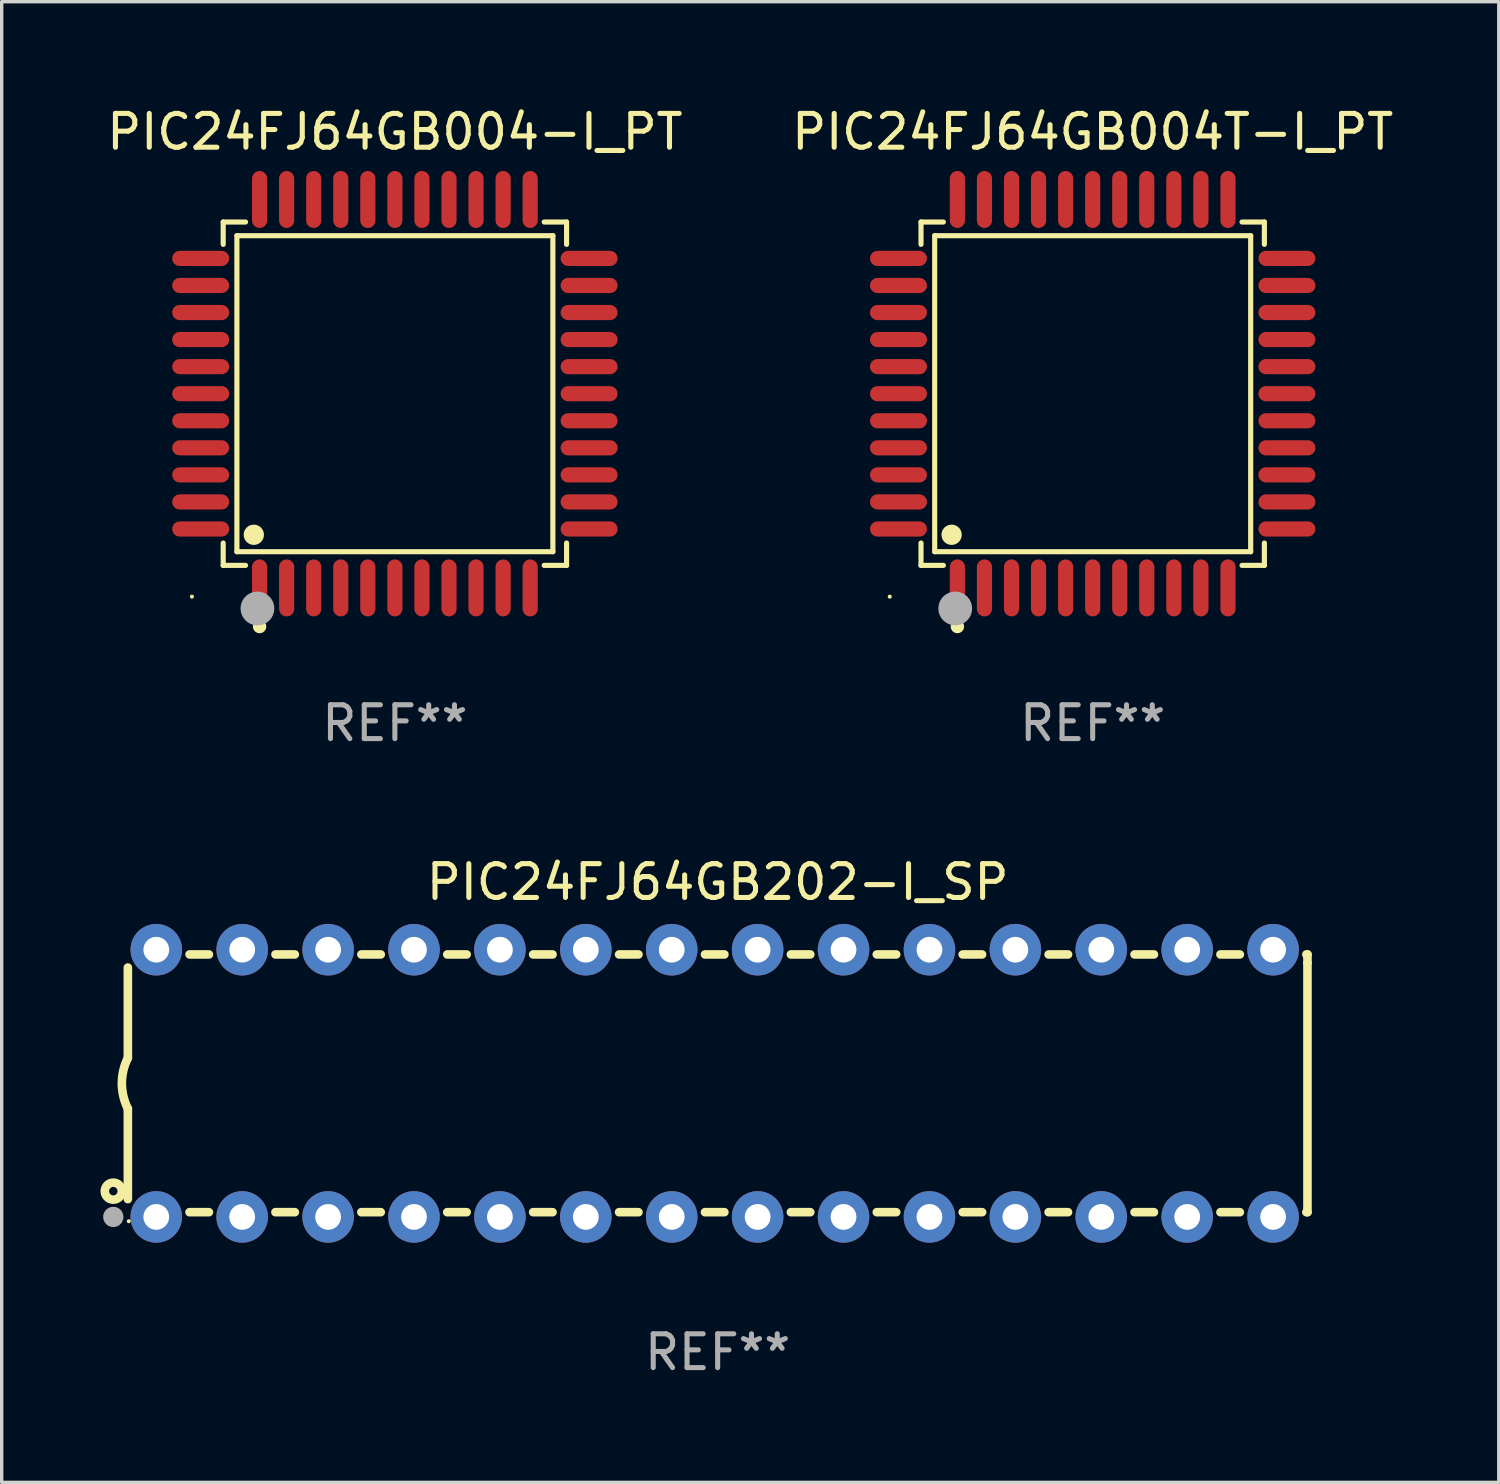
<source format=kicad_pcb>
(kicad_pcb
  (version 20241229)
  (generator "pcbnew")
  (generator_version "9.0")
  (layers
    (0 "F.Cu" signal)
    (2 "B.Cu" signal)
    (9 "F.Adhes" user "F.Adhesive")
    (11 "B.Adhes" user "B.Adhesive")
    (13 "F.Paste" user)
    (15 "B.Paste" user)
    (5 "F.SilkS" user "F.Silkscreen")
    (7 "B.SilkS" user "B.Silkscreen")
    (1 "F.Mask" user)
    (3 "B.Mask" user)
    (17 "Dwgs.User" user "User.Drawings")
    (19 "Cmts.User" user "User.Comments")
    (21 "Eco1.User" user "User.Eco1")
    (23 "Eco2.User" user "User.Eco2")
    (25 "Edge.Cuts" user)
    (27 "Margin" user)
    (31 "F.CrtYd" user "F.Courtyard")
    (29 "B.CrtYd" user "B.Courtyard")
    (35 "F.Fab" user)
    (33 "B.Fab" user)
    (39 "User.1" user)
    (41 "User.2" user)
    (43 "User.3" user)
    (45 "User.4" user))
  (footprint "PIC24FJ64GB202-I_SP"
    (layer "F.Cu")
    (at 18.168 28.979)
    (property "Reference" "PIC24FJ64GB202-I_SP" (at 0 -5.95 0) (layer "F.SilkS") (effects (font (size 1 1) (thickness 0.15))))
    (attr through_hole)
    (fp_line (start -17.438 0.75) (end -17.438 3.423) (stroke (width 0.254) (type solid)) (layer "F.SilkS"))
    (fp_line (start -17.438 -3.423) (end -17.438 -0.75) (stroke (width 0.254) (type solid)) (layer "F.SilkS"))
    (fp_line (start -15.615 3.81) (end -15.041 3.81) (stroke (width 0.254) (type solid)) (layer "F.SilkS"))
    (fp_line (start -15.041 -3.81) (end -15.614 -3.81) (stroke (width 0.254) (type solid)) (layer "F.SilkS"))
    (fp_line (start -13.075 3.81) (end -12.501 3.81) (stroke (width 0.254) (type solid)) (layer "F.SilkS"))
    (fp_line (start -12.501 -3.81) (end -13.074 -3.81) (stroke (width 0.254) (type solid)) (layer "F.SilkS"))
    (fp_line (start -10.535 3.81) (end -9.961 3.81) (stroke (width 0.254) (type solid)) (layer "F.SilkS"))
    (fp_line (start -9.961 -3.81) (end -10.534 -3.81) (stroke (width 0.254) (type solid)) (layer "F.SilkS"))
    (fp_line (start -7.995 3.81) (end -7.421 3.81) (stroke (width 0.254) (type solid)) (layer "F.SilkS"))
    (fp_line (start -7.421 -3.81) (end -7.995 -3.81) (stroke (width 0.254) (type solid)) (layer "F.SilkS"))
    (fp_line (start -5.455 3.81) (end -4.881 3.81) (stroke (width 0.254) (type solid)) (layer "F.SilkS"))
    (fp_line (start -4.881 -3.81) (end -5.455 -3.81) (stroke (width 0.254) (type solid)) (layer "F.SilkS"))
    (fp_line (start -2.915 3.81) (end -2.341 3.81) (stroke (width 0.254) (type solid)) (layer "F.SilkS"))
    (fp_line (start -2.341 -3.81) (end -2.915 -3.81) (stroke (width 0.254) (type solid)) (layer "F.SilkS"))
    (fp_line (start -0.375 3.81) (end 0.199 3.81) (stroke (width 0.254) (type solid)) (layer "F.SilkS"))
    (fp_line (start 0.199 -3.81) (end -0.375 -3.81) (stroke (width 0.254) (type solid)) (layer "F.SilkS"))
    (fp_line (start 2.165 3.81) (end 2.739 3.81) (stroke (width 0.254) (type solid)) (layer "F.SilkS"))
    (fp_line (start 2.739 -3.81) (end 2.165 -3.81) (stroke (width 0.254) (type solid)) (layer "F.SilkS"))
    (fp_line (start 4.705 3.81) (end 5.279 3.81) (stroke (width 0.254) (type solid)) (layer "F.SilkS"))
    (fp_line (start 5.279 -3.81) (end 4.705 -3.81) (stroke (width 0.254) (type solid)) (layer "F.SilkS"))
    (fp_line (start 7.245 3.81) (end 7.819 3.81) (stroke (width 0.254) (type solid)) (layer "F.SilkS"))
    (fp_line (start 7.819 -3.81) (end 7.245 -3.81) (stroke (width 0.254) (type solid)) (layer "F.SilkS"))
    (fp_line (start 9.785 3.81) (end 10.359 3.81) (stroke (width 0.254) (type solid)) (layer "F.SilkS"))
    (fp_line (start 10.359 -3.81) (end 9.785 -3.81) (stroke (width 0.254) (type solid)) (layer "F.SilkS"))
    (fp_line (start 12.325 3.81) (end 12.899 3.81) (stroke (width 0.254) (type solid)) (layer "F.SilkS"))
    (fp_line (start 12.899 -3.81) (end 12.325 -3.81) (stroke (width 0.254) (type solid)) (layer "F.SilkS"))
    (fp_line (start 14.865 3.81) (end 15.439 3.81) (stroke (width 0.254) (type solid)) (layer "F.SilkS"))
    (fp_line (start 15.439 -3.81) (end 14.865 -3.81) (stroke (width 0.254) (type solid)) (layer "F.SilkS"))
    (fp_line (start 17.405 3.81) (end 17.438 3.81) (stroke (width 0.254) (type solid)) (layer "F.SilkS"))
    (fp_line (start 17.438 -3.81) (end 17.405 -3.81) (stroke (width 0.254) (type solid)) (layer "F.SilkS"))
    (fp_line (start 17.438 -3.556) (end 17.438 -3.81) (stroke (width 0.254) (type solid)) (layer "F.SilkS"))
    (fp_line (start 17.438 3.81) (end 17.438 -3.556) (stroke (width 0.254) (type solid)) (layer "F.SilkS"))
    (fp_arc (start -17.437986 0.749657) (mid -17.614887 -0.000024) (end -17.437783 -0.749657) (stroke (width 0.254001) (type solid)) (layer "F.SilkS"))
    (fp_circle (center -17.868 3.188) (end -17.743 3.188) (stroke (width 0.254) (type solid)) (fill no) (layer "F.SilkS"))
    (fp_circle (center -17.411 4.077) (end -17.381 4.077) (stroke (width 0.06) (type solid)) (fill no) (layer "F.SilkS"))
    (fp_circle (center -17.868 3.95) (end -17.718 3.95) (stroke (width 0.3) (type solid)) (fill no) (layer "F.Fab"))
    (fp_text user "REF**" (at 0 7.95 0) (layer "F.Fab") (effects (font (size 1 1) (thickness 0.15))))
    (pad "1" thru_hole circle (at -16.598 3.95) (size 1.524 1.524) (drill 0.762) (layers "*.Cu" "*.Mask"))
    (pad "2" thru_hole circle (at -14.058 3.95) (size 1.524 1.524) (drill 0.762) (layers "*.Cu" "*.Mask"))
    (pad "3" thru_hole circle (at -11.518 3.95) (size 1.524 1.524) (drill 0.762) (layers "*.Cu" "*.Mask"))
    (pad "4" thru_hole circle (at -8.978 3.95) (size 1.524 1.524) (drill 0.762) (layers "*.Cu" "*.Mask"))
    (pad "5" thru_hole circle (at -6.438 3.95) (size 1.524 1.524) (drill 0.762) (layers "*.Cu" "*.Mask"))
    (pad "6" thru_hole circle (at -3.898 3.95) (size 1.524 1.524) (drill 0.762) (layers "*.Cu" "*.Mask"))
    (pad "7" thru_hole circle (at -1.358 3.95) (size 1.524 1.524) (drill 0.762) (layers "*.Cu" "*.Mask"))
    (pad "8" thru_hole circle (at 1.182 3.95) (size 1.524 1.524) (drill 0.762) (layers "*.Cu" "*.Mask"))
    (pad "9" thru_hole circle (at 3.722 3.95) (size 1.524 1.524) (drill 0.762) (layers "*.Cu" "*.Mask"))
    (pad "10" thru_hole circle (at 6.262 3.95) (size 1.524 1.524) (drill 0.762) (layers "*.Cu" "*.Mask"))
    (pad "11" thru_hole circle (at 8.802 3.95) (size 1.524 1.524) (drill 0.762) (layers "*.Cu" "*.Mask"))
    (pad "12" thru_hole circle (at 11.342 3.95) (size 1.524 1.524) (drill 0.762) (layers "*.Cu" "*.Mask"))
    (pad "13" thru_hole circle (at 13.882 3.95) (size 1.524 1.524) (drill 0.762) (layers "*.Cu" "*.Mask"))
    (pad "14" thru_hole circle (at 16.422 3.95) (size 1.524 1.524) (drill 0.762) (layers "*.Cu" "*.Mask"))
    (pad "15" thru_hole circle (at 16.422 -3.95) (size 1.524 1.524) (drill 0.762) (layers "*.Cu" "*.Mask"))
    (pad "16" thru_hole circle (at 13.882 -3.95) (size 1.524 1.524) (drill 0.762) (layers "*.Cu" "*.Mask"))
    (pad "17" thru_hole circle (at 11.342 -3.95) (size 1.524 1.524) (drill 0.762) (layers "*.Cu" "*.Mask"))
    (pad "18" thru_hole circle (at 8.802 -3.95) (size 1.524 1.524) (drill 0.762) (layers "*.Cu" "*.Mask"))
    (pad "19" thru_hole circle (at 6.262 -3.95) (size 1.524 1.524) (drill 0.762) (layers "*.Cu" "*.Mask"))
    (pad "20" thru_hole circle (at 3.722 -3.95) (size 1.524 1.524) (drill 0.762) (layers "*.Cu" "*.Mask"))
    (pad "21" thru_hole circle (at 1.182 -3.95) (size 1.524 1.524) (drill 0.762) (layers "*.Cu" "*.Mask"))
    (pad "22" thru_hole circle (at -1.358 -3.95) (size 1.524 1.524) (drill 0.762) (layers "*.Cu" "*.Mask"))
    (pad "23" thru_hole circle (at -3.898 -3.95) (size 1.524 1.524) (drill 0.762) (layers "*.Cu" "*.Mask"))
    (pad "24" thru_hole circle (at -6.438 -3.95) (size 1.524 1.524) (drill 0.762) (layers "*.Cu" "*.Mask"))
    (pad "25" thru_hole circle (at -8.978 -3.95) (size 1.524 1.524) (drill 0.762) (layers "*.Cu" "*.Mask"))
    (pad "26" thru_hole circle (at -11.517 -3.95) (size 1.524 1.524) (drill 0.762) (layers "*.Cu" "*.Mask"))
    (pad "27" thru_hole circle (at -14.057 -3.95) (size 1.524 1.524) (drill 0.762) (layers "*.Cu" "*.Mask"))
    (pad "28" thru_hole circle (at -16.597 -3.95) (size 1.524 1.524) (drill 0.762) (layers "*.Cu" "*.Mask")))
  (footprint "PIC24FJ64GB004T-I_PT"
    (layer "F.Cu")
    (at 29.256 8.59)
    (property "Reference" "PIC24FJ64GB004T-I_PT" (at 0 -7.742 0) (layer "F.SilkS") (effects (font (size 1 1) (thickness 0.15))))
    (attr through_hole)
    (fp_line (start -5.076 -5.076) (end -4.415 -5.076) (stroke (width 0.152) (type solid)) (layer "F.SilkS"))
    (fp_line (start -5.076 -4.415) (end -5.076 -5.076) (stroke (width 0.152) (type solid)) (layer "F.SilkS"))
    (fp_line (start -5.076 4.415) (end -5.076 5.076) (stroke (width 0.152) (type solid)) (layer "F.SilkS"))
    (fp_line (start -5.076 5.076) (end -4.415 5.076) (stroke (width 0.152) (type solid)) (layer "F.SilkS"))
    (fp_line (start -4.671 -4.671) (end 4.671 -4.671) (stroke (width 0.152) (type solid)) (layer "F.SilkS"))
    (fp_line (start -4.671 4.671) (end -4.671 -4.671) (stroke (width 0.152) (type solid)) (layer "F.SilkS"))
    (fp_line (start 4.671 -4.671) (end 4.671 4.671) (stroke (width 0.152) (type solid)) (layer "F.SilkS"))
    (fp_line (start 4.671 4.671) (end -4.671 4.671) (stroke (width 0.152) (type solid)) (layer "F.SilkS"))
    (fp_line (start 5.076 -5.076) (end 4.415 -5.076) (stroke (width 0.152) (type solid)) (layer "F.SilkS"))
    (fp_line (start 5.076 -4.415) (end 5.076 -5.076) (stroke (width 0.152) (type solid)) (layer "F.SilkS"))
    (fp_line (start 5.076 4.415) (end 5.076 5.076) (stroke (width 0.152) (type solid)) (layer "F.SilkS"))
    (fp_line (start 5.076 5.076) (end 4.415 5.076) (stroke (width 0.152) (type solid)) (layer "F.SilkS"))
    (fp_circle (center -6 6) (end -5.97 6) (stroke (width 0.06) (type solid)) (fill no) (layer "F.SilkS"))
    (fp_circle (center -4.171 4.171) (end -4.021 4.171) (stroke (width 0.3) (type solid)) (fill no) (layer "F.SilkS"))
    (fp_circle (center -4 6.884) (end -3.9 6.884) (stroke (width 0.2) (type solid)) (fill no) (layer "F.SilkS"))
    (fp_circle (center -4.064 6.35) (end -3.814 6.35) (stroke (width 0.5) (type solid)) (fill no) (layer "F.Fab"))
    (fp_text user "REF**" (at 0 9.742 0) (layer "F.Fab") (effects (font (size 1 1) (thickness 0.15))))
    (pad "1" smd oval (at -4 5.742) (size 0.448 1.684) (layers "F.Cu" "F.Mask" "F.Paste"))
    (pad "2" smd oval (at -3.2 5.742) (size 0.448 1.684) (layers "F.Cu" "F.Mask" "F.Paste"))
    (pad "3" smd oval (at -2.4 5.742) (size 0.448 1.684) (layers "F.Cu" "F.Mask" "F.Paste"))
    (pad "4" smd oval (at -1.6 5.742) (size 0.448 1.684) (layers "F.Cu" "F.Mask" "F.Paste"))
    (pad "5" smd oval (at -0.8 5.742) (size 0.448 1.684) (layers "F.Cu" "F.Mask" "F.Paste"))
    (pad "6" smd oval (at 0 5.742) (size 0.448 1.684) (layers "F.Cu" "F.Mask" "F.Paste"))
    (pad "7" smd oval (at 0.8 5.742) (size 0.448 1.684) (layers "F.Cu" "F.Mask" "F.Paste"))
    (pad "8" smd oval (at 1.6 5.742) (size 0.448 1.684) (layers "F.Cu" "F.Mask" "F.Paste"))
    (pad "9" smd oval (at 2.4 5.742) (size 0.448 1.684) (layers "F.Cu" "F.Mask" "F.Paste"))
    (pad "10" smd oval (at 3.2 5.742) (size 0.448 1.684) (layers "F.Cu" "F.Mask" "F.Paste"))
    (pad "11" smd oval (at 4 5.742) (size 0.448 1.684) (layers "F.Cu" "F.Mask" "F.Paste"))
    (pad "12" smd oval (at 5.742 4) (size 1.684 0.448) (layers "F.Cu" "F.Mask" "F.Paste"))
    (pad "13" smd oval (at 5.742 3.2) (size 1.684 0.448) (layers "F.Cu" "F.Mask" "F.Paste"))
    (pad "14" smd oval (at 5.742 2.4) (size 1.684 0.448) (layers "F.Cu" "F.Mask" "F.Paste"))
    (pad "15" smd oval (at 5.742 1.6) (size 1.684 0.448) (layers "F.Cu" "F.Mask" "F.Paste"))
    (pad "16" smd oval (at 5.742 0.8) (size 1.684 0.448) (layers "F.Cu" "F.Mask" "F.Paste"))
    (pad "17" smd oval (at 5.742 0) (size 1.684 0.448) (layers "F.Cu" "F.Mask" "F.Paste"))
    (pad "18" smd oval (at 5.742 -0.8) (size 1.684 0.448) (layers "F.Cu" "F.Mask" "F.Paste"))
    (pad "19" smd oval (at 5.742 -1.6) (size 1.684 0.448) (layers "F.Cu" "F.Mask" "F.Paste"))
    (pad "20" smd oval (at 5.742 -2.4) (size 1.684 0.448) (layers "F.Cu" "F.Mask" "F.Paste"))
    (pad "21" smd oval (at 5.742 -3.2) (size 1.684 0.448) (layers "F.Cu" "F.Mask" "F.Paste"))
    (pad "22" smd oval (at 5.742 -4) (size 1.684 0.448) (layers "F.Cu" "F.Mask" "F.Paste"))
    (pad "23" smd oval (at 4 -5.742) (size 0.448 1.684) (layers "F.Cu" "F.Mask" "F.Paste"))
    (pad "24" smd oval (at 3.2 -5.742) (size 0.448 1.684) (layers "F.Cu" "F.Mask" "F.Paste"))
    (pad "25" smd oval (at 2.4 -5.742) (size 0.448 1.684) (layers "F.Cu" "F.Mask" "F.Paste"))
    (pad "26" smd oval (at 1.6 -5.742) (size 0.448 1.684) (layers "F.Cu" "F.Mask" "F.Paste"))
    (pad "27" smd oval (at 0.8 -5.742) (size 0.448 1.684) (layers "F.Cu" "F.Mask" "F.Paste"))
    (pad "28" smd oval (at 0 -5.742) (size 0.448 1.684) (layers "F.Cu" "F.Mask" "F.Paste"))
    (pad "29" smd oval (at -0.8 -5.742) (size 0.448 1.684) (layers "F.Cu" "F.Mask" "F.Paste"))
    (pad "30" smd oval (at -1.6 -5.742) (size 0.448 1.684) (layers "F.Cu" "F.Mask" "F.Paste"))
    (pad "31" smd oval (at -2.4 -5.742) (size 0.448 1.684) (layers "F.Cu" "F.Mask" "F.Paste"))
    (pad "32" smd oval (at -3.2 -5.742) (size 0.448 1.684) (layers "F.Cu" "F.Mask" "F.Paste"))
    (pad "33" smd oval (at -4 -5.742) (size 0.448 1.684) (layers "F.Cu" "F.Mask" "F.Paste"))
    (pad "34" smd oval (at -5.742 -4) (size 1.684 0.448) (layers "F.Cu" "F.Mask" "F.Paste"))
    (pad "35" smd oval (at -5.742 -3.2) (size 1.684 0.448) (layers "F.Cu" "F.Mask" "F.Paste"))
    (pad "36" smd oval (at -5.742 -2.4) (size 1.684 0.448) (layers "F.Cu" "F.Mask" "F.Paste"))
    (pad "37" smd oval (at -5.742 -1.6) (size 1.684 0.448) (layers "F.Cu" "F.Mask" "F.Paste"))
    (pad "38" smd oval (at -5.742 -0.8) (size 1.684 0.448) (layers "F.Cu" "F.Mask" "F.Paste"))
    (pad "39" smd oval (at -5.742 0) (size 1.684 0.448) (layers "F.Cu" "F.Mask" "F.Paste"))
    (pad "40" smd oval (at -5.742 0.8) (size 1.684 0.448) (layers "F.Cu" "F.Mask" "F.Paste"))
    (pad "41" smd oval (at -5.742 1.6) (size 1.684 0.448) (layers "F.Cu" "F.Mask" "F.Paste"))
    (pad "42" smd oval (at -5.742 2.4) (size 1.684 0.448) (layers "F.Cu" "F.Mask" "F.Paste"))
    (pad "43" smd oval (at -5.742 3.2) (size 1.684 0.448) (layers "F.Cu" "F.Mask" "F.Paste"))
    (pad "44" smd oval (at -5.742 4) (size 1.684 0.448) (layers "F.Cu" "F.Mask" "F.Paste")))
  (footprint "PIC24FJ64GB004-I_PT"
    (layer "F.Cu")
    (at 8.625 8.59)
    (property "Reference" "PIC24FJ64GB004-I_PT" (at 0 -7.742 0) (layer "F.SilkS") (effects (font (size 1 1) (thickness 0.15))))
    (attr through_hole)
    (fp_line (start -5.076 -5.076) (end -4.415 -5.076) (stroke (width 0.152) (type solid)) (layer "F.SilkS"))
    (fp_line (start -5.076 -4.415) (end -5.076 -5.076) (stroke (width 0.152) (type solid)) (layer "F.SilkS"))
    (fp_line (start -5.076 4.415) (end -5.076 5.076) (stroke (width 0.152) (type solid)) (layer "F.SilkS"))
    (fp_line (start -5.076 5.076) (end -4.415 5.076) (stroke (width 0.152) (type solid)) (layer "F.SilkS"))
    (fp_line (start -4.671 -4.671) (end 4.671 -4.671) (stroke (width 0.152) (type solid)) (layer "F.SilkS"))
    (fp_line (start -4.671 4.671) (end -4.671 -4.671) (stroke (width 0.152) (type solid)) (layer "F.SilkS"))
    (fp_line (start 4.671 -4.671) (end 4.671 4.671) (stroke (width 0.152) (type solid)) (layer "F.SilkS"))
    (fp_line (start 4.671 4.671) (end -4.671 4.671) (stroke (width 0.152) (type solid)) (layer "F.SilkS"))
    (fp_line (start 5.076 -5.076) (end 4.415 -5.076) (stroke (width 0.152) (type solid)) (layer "F.SilkS"))
    (fp_line (start 5.076 -4.415) (end 5.076 -5.076) (stroke (width 0.152) (type solid)) (layer "F.SilkS"))
    (fp_line (start 5.076 4.415) (end 5.076 5.076) (stroke (width 0.152) (type solid)) (layer "F.SilkS"))
    (fp_line (start 5.076 5.076) (end 4.415 5.076) (stroke (width 0.152) (type solid)) (layer "F.SilkS"))
    (fp_circle (center -6 6) (end -5.97 6) (stroke (width 0.06) (type solid)) (fill no) (layer "F.SilkS"))
    (fp_circle (center -4.171 4.171) (end -4.021 4.171) (stroke (width 0.3) (type solid)) (fill no) (layer "F.SilkS"))
    (fp_circle (center -4 6.884) (end -3.9 6.884) (stroke (width 0.2) (type solid)) (fill no) (layer "F.SilkS"))
    (fp_circle (center -4.064 6.35) (end -3.814 6.35) (stroke (width 0.5) (type solid)) (fill no) (layer "F.Fab"))
    (fp_text user "REF**" (at 0 9.742 0) (layer "F.Fab") (effects (font (size 1 1) (thickness 0.15))))
    (pad "1" smd oval (at -4 5.742) (size 0.448 1.684) (layers "F.Cu" "F.Mask" "F.Paste"))
    (pad "2" smd oval (at -3.2 5.742) (size 0.448 1.684) (layers "F.Cu" "F.Mask" "F.Paste"))
    (pad "3" smd oval (at -2.4 5.742) (size 0.448 1.684) (layers "F.Cu" "F.Mask" "F.Paste"))
    (pad "4" smd oval (at -1.6 5.742) (size 0.448 1.684) (layers "F.Cu" "F.Mask" "F.Paste"))
    (pad "5" smd oval (at -0.8 5.742) (size 0.448 1.684) (layers "F.Cu" "F.Mask" "F.Paste"))
    (pad "6" smd oval (at 0 5.742) (size 0.448 1.684) (layers "F.Cu" "F.Mask" "F.Paste"))
    (pad "7" smd oval (at 0.8 5.742) (size 0.448 1.684) (layers "F.Cu" "F.Mask" "F.Paste"))
    (pad "8" smd oval (at 1.6 5.742) (size 0.448 1.684) (layers "F.Cu" "F.Mask" "F.Paste"))
    (pad "9" smd oval (at 2.4 5.742) (size 0.448 1.684) (layers "F.Cu" "F.Mask" "F.Paste"))
    (pad "10" smd oval (at 3.2 5.742) (size 0.448 1.684) (layers "F.Cu" "F.Mask" "F.Paste"))
    (pad "11" smd oval (at 4 5.742) (size 0.448 1.684) (layers "F.Cu" "F.Mask" "F.Paste"))
    (pad "12" smd oval (at 5.742 4) (size 1.684 0.448) (layers "F.Cu" "F.Mask" "F.Paste"))
    (pad "13" smd oval (at 5.742 3.2) (size 1.684 0.448) (layers "F.Cu" "F.Mask" "F.Paste"))
    (pad "14" smd oval (at 5.742 2.4) (size 1.684 0.448) (layers "F.Cu" "F.Mask" "F.Paste"))
    (pad "15" smd oval (at 5.742 1.6) (size 1.684 0.448) (layers "F.Cu" "F.Mask" "F.Paste"))
    (pad "16" smd oval (at 5.742 0.8) (size 1.684 0.448) (layers "F.Cu" "F.Mask" "F.Paste"))
    (pad "17" smd oval (at 5.742 0) (size 1.684 0.448) (layers "F.Cu" "F.Mask" "F.Paste"))
    (pad "18" smd oval (at 5.742 -0.8) (size 1.684 0.448) (layers "F.Cu" "F.Mask" "F.Paste"))
    (pad "19" smd oval (at 5.742 -1.6) (size 1.684 0.448) (layers "F.Cu" "F.Mask" "F.Paste"))
    (pad "20" smd oval (at 5.742 -2.4) (size 1.684 0.448) (layers "F.Cu" "F.Mask" "F.Paste"))
    (pad "21" smd oval (at 5.742 -3.2) (size 1.684 0.448) (layers "F.Cu" "F.Mask" "F.Paste"))
    (pad "22" smd oval (at 5.742 -4) (size 1.684 0.448) (layers "F.Cu" "F.Mask" "F.Paste"))
    (pad "23" smd oval (at 4 -5.742) (size 0.448 1.684) (layers "F.Cu" "F.Mask" "F.Paste"))
    (pad "24" smd oval (at 3.2 -5.742) (size 0.448 1.684) (layers "F.Cu" "F.Mask" "F.Paste"))
    (pad "25" smd oval (at 2.4 -5.742) (size 0.448 1.684) (layers "F.Cu" "F.Mask" "F.Paste"))
    (pad "26" smd oval (at 1.6 -5.742) (size 0.448 1.684) (layers "F.Cu" "F.Mask" "F.Paste"))
    (pad "27" smd oval (at 0.8 -5.742) (size 0.448 1.684) (layers "F.Cu" "F.Mask" "F.Paste"))
    (pad "28" smd oval (at 0 -5.742) (size 0.448 1.684) (layers "F.Cu" "F.Mask" "F.Paste"))
    (pad "29" smd oval (at -0.8 -5.742) (size 0.448 1.684) (layers "F.Cu" "F.Mask" "F.Paste"))
    (pad "30" smd oval (at -1.6 -5.742) (size 0.448 1.684) (layers "F.Cu" "F.Mask" "F.Paste"))
    (pad "31" smd oval (at -2.4 -5.742) (size 0.448 1.684) (layers "F.Cu" "F.Mask" "F.Paste"))
    (pad "32" smd oval (at -3.2 -5.742) (size 0.448 1.684) (layers "F.Cu" "F.Mask" "F.Paste"))
    (pad "33" smd oval (at -4 -5.742) (size 0.448 1.684) (layers "F.Cu" "F.Mask" "F.Paste"))
    (pad "34" smd oval (at -5.742 -4) (size 1.684 0.448) (layers "F.Cu" "F.Mask" "F.Paste"))
    (pad "35" smd oval (at -5.742 -3.2) (size 1.684 0.448) (layers "F.Cu" "F.Mask" "F.Paste"))
    (pad "36" smd oval (at -5.742 -2.4) (size 1.684 0.448) (layers "F.Cu" "F.Mask" "F.Paste"))
    (pad "37" smd oval (at -5.742 -1.6) (size 1.684 0.448) (layers "F.Cu" "F.Mask" "F.Paste"))
    (pad "38" smd oval (at -5.742 -0.8) (size 1.684 0.448) (layers "F.Cu" "F.Mask" "F.Paste"))
    (pad "39" smd oval (at -5.742 0) (size 1.684 0.448) (layers "F.Cu" "F.Mask" "F.Paste"))
    (pad "40" smd oval (at -5.742 0.8) (size 1.684 0.448) (layers "F.Cu" "F.Mask" "F.Paste"))
    (pad "41" smd oval (at -5.742 1.6) (size 1.684 0.448) (layers "F.Cu" "F.Mask" "F.Paste"))
    (pad "42" smd oval (at -5.742 2.4) (size 1.684 0.448) (layers "F.Cu" "F.Mask" "F.Paste"))
    (pad "43" smd oval (at -5.742 3.2) (size 1.684 0.448) (layers "F.Cu" "F.Mask" "F.Paste"))
    (pad "44" smd oval (at -5.742 4) (size 1.684 0.448) (layers "F.Cu" "F.Mask" "F.Paste")))
  (gr_rect
    (start -3 -3)
    (end 41.262 40.777)
    (stroke (width 0.1) (type default))
    (fill no)
    (layer "Edge.Cuts")))
</source>
